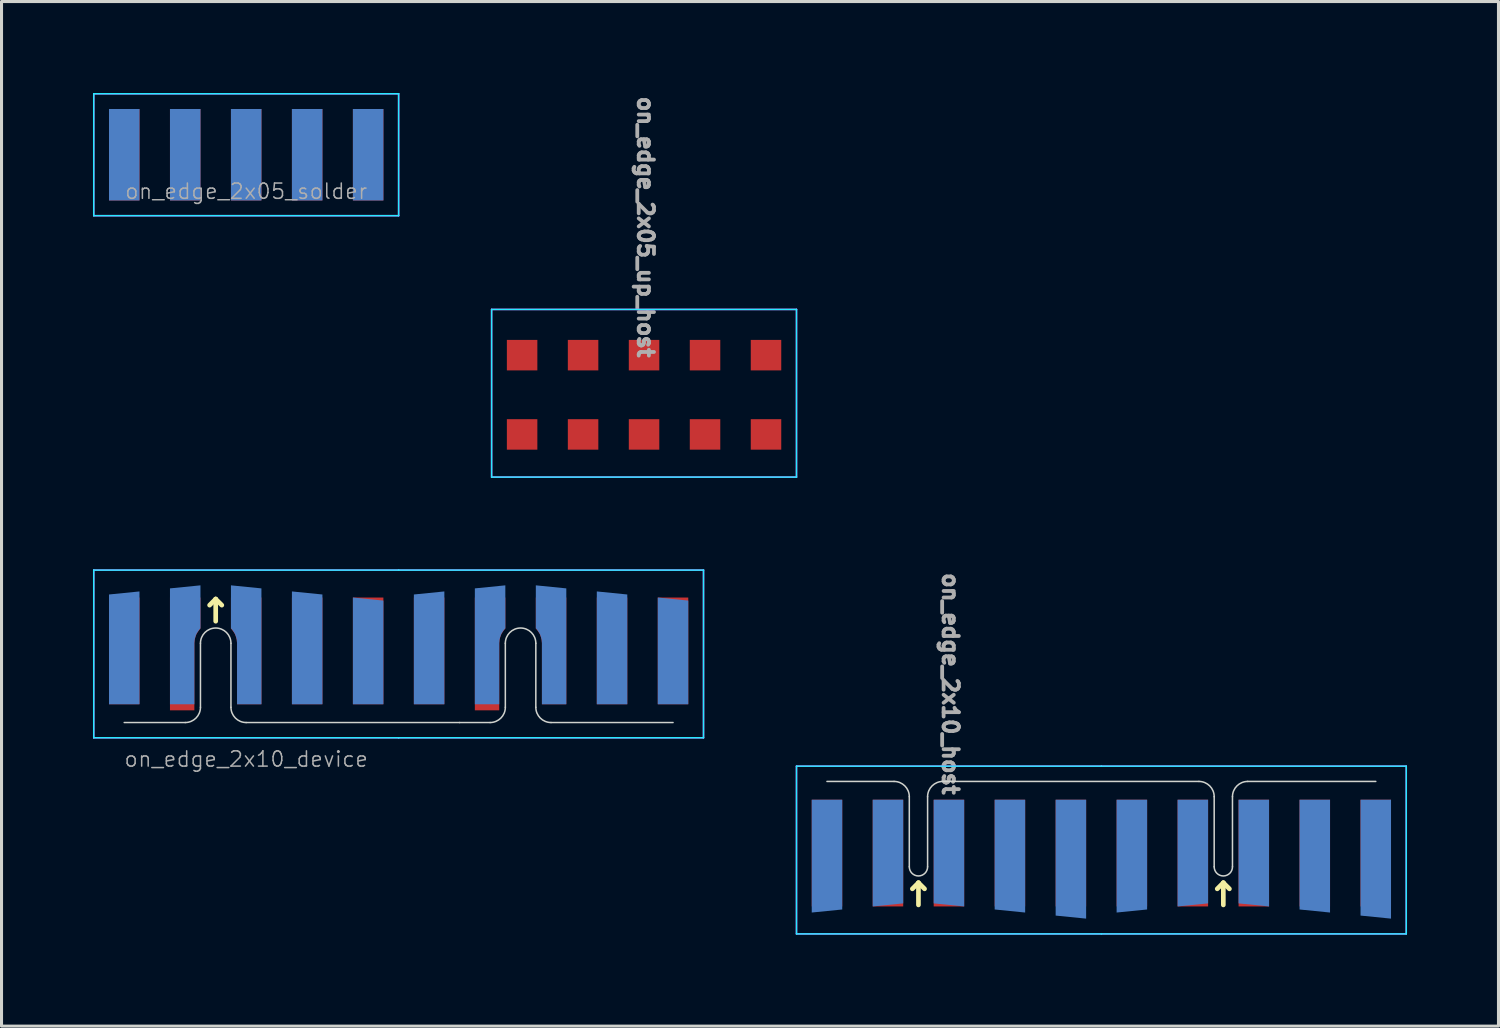
<source format=kicad_pcb>
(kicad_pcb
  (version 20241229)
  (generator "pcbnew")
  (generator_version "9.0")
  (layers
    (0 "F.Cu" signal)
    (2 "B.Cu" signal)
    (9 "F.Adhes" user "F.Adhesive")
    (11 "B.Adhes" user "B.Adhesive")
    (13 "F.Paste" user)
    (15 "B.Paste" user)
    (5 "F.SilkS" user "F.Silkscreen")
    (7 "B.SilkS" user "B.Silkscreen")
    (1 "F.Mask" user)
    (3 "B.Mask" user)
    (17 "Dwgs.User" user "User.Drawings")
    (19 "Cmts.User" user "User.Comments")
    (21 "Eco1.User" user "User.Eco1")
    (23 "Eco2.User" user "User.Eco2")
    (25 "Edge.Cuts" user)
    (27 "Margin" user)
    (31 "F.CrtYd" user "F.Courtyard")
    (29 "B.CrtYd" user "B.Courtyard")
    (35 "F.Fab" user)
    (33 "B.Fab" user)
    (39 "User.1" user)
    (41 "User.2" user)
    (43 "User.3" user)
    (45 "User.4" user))
  (footprint "on_edge_2x10_device"
    (layer "F.Cu")
    (at 5.025 20.649)
    (property "Reference" "on_edge_2x10_device" (at 0 1.2 0) (unlocked yes) (layer "F.Fab") (effects (font (size 0.5 0.5) (thickness 0.05))))
    (attr exclude_from_pos_files exclude_from_bom)
    (fp_line (start -1.2 -3.85) (end -1 -4.05) (stroke (width 0.153) (type solid)) (layer "F.SilkS"))
    (fp_line (start -1 -4.05) (end -1 -3.323) (stroke (width 0.153) (type solid)) (layer "F.SilkS"))
    (fp_line (start -1 -4.05) (end -0.8 -3.85) (stroke (width 0.153) (type solid)) (layer "F.SilkS"))
    (fp_line (start -4 0) (end -2 0) (stroke (width 0.05) (type solid)) (layer "Edge.Cuts"))
    (fp_line (start -1.5 -2.6) (end -1.5 -0.5) (stroke (width 0.05) (type solid)) (layer "Edge.Cuts"))
    (fp_line (start -0.5 -0.5) (end -0.5 -2.6) (stroke (width 0.05) (type solid)) (layer "Edge.Cuts"))
    (fp_line (start 0 0) (end 7 0) (stroke (width 0.05) (type solid)) (layer "Edge.Cuts"))
    (fp_line (start 7 0) (end 8 0) (stroke (width 0.05) (type solid)) (layer "Edge.Cuts"))
    (fp_line (start 8.5 -2.6) (end 8.5 -0.5) (stroke (width 0.05) (type solid)) (layer "Edge.Cuts"))
    (fp_line (start 9.5 -0.5) (end 9.5 -2.6) (stroke (width 0.05) (type solid)) (layer "Edge.Cuts"))
    (fp_line (start 10 0) (end 14 0) (stroke (width 0.05) (type solid)) (layer "Edge.Cuts"))
    (fp_arc (start -1.5 -2.6) (mid -1 -3.1) (end -0.5 -2.6) (stroke (width 0.05) (type solid)) (layer "Edge.Cuts"))
    (fp_arc (start -1.5 -0.5) (mid -1.646447 -0.146447) (end -2 0) (stroke (width 0.05) (type solid)) (layer "Edge.Cuts"))
    (fp_arc (start 0 0) (mid -0.353553 -0.146447) (end -0.5 -0.5) (stroke (width 0.05) (type solid)) (layer "Edge.Cuts"))
    (fp_arc (start 8.5 -2.6) (mid 9 -3.1) (end 9.5 -2.6) (stroke (width 0.05) (type solid)) (layer "Edge.Cuts"))
    (fp_arc (start 8.5 -0.5) (mid 8.353553 -0.146447) (end 8 0) (stroke (width 0.05) (type solid)) (layer "Edge.Cuts"))
    (fp_arc (start 10 0) (mid 9.646447 -0.146447) (end 9.5 -0.5) (stroke (width 0.05) (type solid)) (layer "Edge.Cuts"))
    (fp_line (start -5 -5) (end -5 0.5) (stroke (width 0.05) (type solid)) (layer "B.CrtYd"))
    (fp_line (start -5 0.5) (end 5 0.5) (stroke (width 0.05) (type solid)) (layer "B.CrtYd"))
    (fp_line (start 5 -5) (end -5 -5) (stroke (width 0.05) (type solid)) (layer "B.CrtYd"))
    (fp_line (start 5 0.5) (end 15 0.5) (stroke (width 0.05) (type solid)) (layer "B.CrtYd"))
    (fp_line (start 15 -5) (end 5 -5) (stroke (width 0.05) (type solid)) (layer "B.CrtYd"))
    (fp_line (start 15 0.5) (end 15 -5) (stroke (width 0.05) (type solid)) (layer "B.CrtYd"))
    (fp_line (start -5 -5) (end 5 -5) (stroke (width 0.05) (type solid)) (layer "F.CrtYd"))
    (fp_line (start -5 0.5) (end -5 -5) (stroke (width 0.05) (type solid)) (layer "F.CrtYd"))
    (fp_line (start 5 -5) (end 15 -5) (stroke (width 0.05) (type solid)) (layer "F.CrtYd"))
    (fp_line (start 5 0.5) (end -5 0.5) (stroke (width 0.05) (type solid)) (layer "F.CrtYd"))
    (fp_line (start 15 -5) (end 15 0.5) (stroke (width 0.05) (type solid)) (layer "F.CrtYd"))
    (fp_line (start 15 0.5) (end 5 0.5) (stroke (width 0.05) (type solid)) (layer "F.CrtYd"))
    (pad "1" smd rect (at -4 -2.35 180) (size 1 3.5) (layers "F.Cu" "F.Mask"))
    (pad "2" smd custom (at -2 -3.6) (size 1 1) (layers "F.Cu" "F.Mask") (options (anchor rect)) (primitives (gr_poly (pts (xy 0.3 1) (xy 0.31 0.89) (xy 0.33 0.81) (xy 0.35 0.75) (xy 0.37 0.7) (xy 0.4 0.65) (xy 0.44 0.59) (xy 0.48 0.54) (xy 0.5 0.52) (xy 0.5 -0.5) (xy -0.5 -0.5) (xy -0.5 3.2) (xy 0.3 3.2)) (width 0) (fill yes))))
    (pad "3" smd custom (at 0 -3.6) (size 1 1) (layers "F.Cu" "F.Mask") (options (anchor rect)) (primitives (gr_poly (pts (xy -0.3 1) (xy -0.31 0.89) (xy -0.33 0.81) (xy -0.35 0.75) (xy -0.37 0.7) (xy -0.4 0.65) (xy -0.44 0.59) (xy -0.48 0.54) (xy -0.5 0.52) (xy -0.5 -0.5) (xy 0.5 -0.5) (xy 0.5 3) (xy -0.3 3)) (width 0) (fill yes))))
    (pad "4" smd rect (at 2 -2.35 180) (size 1 3.5) (layers "F.Cu" "F.Mask"))
    (pad "5" smd rect (at 4 -2.35 180) (size 1 3.5) (layers "F.Cu" "F.Mask"))
    (pad "6" smd rect (at 6 -2.35 180) (size 1 3.5) (layers "F.Cu" "F.Mask"))
    (pad "7" smd custom (at 8 -3.6) (size 1 1) (layers "F.Cu" "F.Mask") (options (anchor rect)) (primitives (gr_poly (pts (xy 0.3 1) (xy 0.31 0.89) (xy 0.33 0.81) (xy 0.35 0.75) (xy 0.37 0.7) (xy 0.4 0.65) (xy 0.44 0.59) (xy 0.48 0.54) (xy 0.5 0.52) (xy 0.5 -0.5) (xy -0.5 -0.5) (xy -0.5 3.2) (xy 0.3 3.2)) (width 0) (fill yes))))
    (pad "8" smd custom (at 10 -3.6) (size 1 1) (layers "F.Cu" "F.Mask") (options (anchor rect)) (primitives (gr_poly (pts (xy -0.3 1) (xy -0.31 0.89) (xy -0.33 0.81) (xy -0.35 0.75) (xy -0.37 0.7) (xy -0.4 0.65) (xy -0.44 0.59) (xy -0.48 0.54) (xy -0.5 0.52) (xy -0.5 -0.5) (xy 0.5 -0.5) (xy 0.5 3) (xy -0.3 3)) (width 0) (fill yes))))
    (pad "9" smd rect (at 12 -2.35 180) (size 1 3.5) (layers "F.Cu" "F.Mask"))
    (pad "10" smd rect (at 14 -2.35 180) (size 1 3.5) (layers "F.Cu" "F.Mask"))
    (pad "11" smd custom (at -4 -2.4) (size 1 3.6) (layers "B.Cu" "B.Mask") (options (anchor rect)) (primitives (gr_poly (pts (xy 0.5 -1.8) (xy 0.5 -1.9) (xy -0.5 -1.8)) (width 0) (fill yes))))
    (pad "12" smd custom (at -2 -2.1) (size 0.4 0.4) (layers "B.Cu" "B.Mask") (options (anchor rect)) (primitives (gr_poly (pts (xy 0.3 -0.51) (xy 0.31 -0.62) (xy 0.33 -0.7) (xy 0.35 -0.76) (xy 0.37 -0.81) (xy 0.4 -0.86) (xy 0.44 -0.92) (xy 0.48 -0.97) (xy 0.5 -0.99) (xy 0.5 -2.4) (xy -0.5 -2.3) (xy -0.5 1.5) (xy 0.3 1.5)) (width 0) (fill yes))))
    (pad "13" smd custom (at 0 -2.1) (size 0.4 0.4) (layers "B.Cu" "B.Mask") (options (anchor rect)) (primitives (gr_poly (pts (xy -0.3 -0.51) (xy -0.31 -0.62) (xy -0.33 -0.7) (xy -0.35 -0.76) (xy -0.37 -0.81) (xy -0.4 -0.86) (xy -0.44 -0.92) (xy -0.48 -0.97) (xy -0.5 -0.99) (xy -0.5 -2.4) (xy 0.5 -2.3) (xy 0.5 1.5) (xy -0.3 1.5)) (width 0) (fill yes))))
    (pad "14" smd custom (at 2 -2.4) (size 1 3.6) (layers "B.Cu" "B.Mask") (options (anchor rect)) (primitives (gr_poly (pts (xy -0.5 -1.8) (xy -0.5 -1.9) (xy 0.5 -1.8)) (width 0) (fill yes))))
    (pad "15" smd custom (at 4 -2.3) (size 1 3.4) (layers "B.Cu" "B.Mask") (options (anchor rect)) (primitives (gr_poly (pts (xy -0.5 -1.7) (xy -0.5 -1.8) (xy 0.5 -1.7)) (width 0) (fill yes))))
    (pad "16" smd custom (at 6 -2.4) (size 1 3.6) (layers "B.Cu" "B.Mask") (options (anchor rect)) (primitives (gr_poly (pts (xy 0.5 -1.8) (xy 0.5 -1.9) (xy -0.5 -1.8)) (width 0) (fill yes))))
    (pad "17" smd custom (at 8 -2.1) (size 0.4 0.4) (layers "B.Cu" "B.Mask") (options (anchor rect)) (primitives (gr_poly (pts (xy 0.3 -0.51) (xy 0.31 -0.62) (xy 0.33 -0.7) (xy 0.35 -0.76) (xy 0.37 -0.81) (xy 0.4 -0.86) (xy 0.44 -0.92) (xy 0.48 -0.97) (xy 0.5 -0.99) (xy 0.5 -2.4) (xy -0.5 -2.3) (xy -0.5 1.5) (xy 0.3 1.5)) (width 0) (fill yes))))
    (pad "18" smd custom (at 10 -2.1) (size 0.4 0.4) (layers "B.Cu" "B.Mask") (options (anchor rect)) (primitives (gr_poly (pts (xy -0.3 -0.51) (xy -0.31 -0.62) (xy -0.33 -0.7) (xy -0.35 -0.76) (xy -0.37 -0.81) (xy -0.4 -0.86) (xy -0.44 -0.92) (xy -0.48 -0.97) (xy -0.5 -0.99) (xy -0.5 -2.4) (xy 0.5 -2.3) (xy 0.5 1.5) (xy -0.3 1.5)) (width 0) (fill yes))))
    (pad "19" smd custom (at 12 -2.4) (size 1 3.6) (layers "B.Cu" "B.Mask") (options (anchor rect)) (primitives (gr_poly (pts (xy -0.5 -1.8) (xy -0.5 -1.9) (xy 0.5 -1.8)) (width 0) (fill yes))))
    (pad "20" smd custom (at 14 -2.3) (size 1 3.4) (layers "B.Cu" "B.Mask") (options (anchor rect)) (primitives (gr_poly (pts (xy -0.5 -1.7) (xy -0.5 -1.8) (xy 0.5 -1.7)) (width 0) (fill yes)))))
  (footprint "on_edge_2x05_up_host"
    (layer "F.Cu")
    (at 18.075 7.599)
    (property "Reference" "on_edge_2x05_up_host" (at 0.05 -3.2 270) (unlocked yes) (layer "F.Fab") (effects (font (size 0.5 0.5) (thickness 0.125))))
    (attr exclude_from_pos_files exclude_from_bom)
    (fp_line (start -5 -0.5) (end 5 -0.5) (stroke (width 0.05) (type solid)) (layer "B.CrtYd"))
    (fp_line (start -5 5) (end -5 -0.5) (stroke (width 0.05) (type solid)) (layer "B.CrtYd"))
    (fp_line (start 5 -0.5) (end 5 5) (stroke (width 0.05) (type solid)) (layer "B.CrtYd"))
    (fp_line (start 5 5) (end -5 5) (stroke (width 0.05) (type solid)) (layer "B.CrtYd"))
    (fp_line (start -5 -0.5) (end -5 5) (stroke (width 0.05) (type solid)) (layer "F.CrtYd"))
    (fp_line (start -5 5) (end 5 5) (stroke (width 0.05) (type solid)) (layer "F.CrtYd"))
    (fp_line (start 5 -0.5) (end -5 -0.5) (stroke (width 0.05) (type solid)) (layer "F.CrtYd"))
    (fp_line (start 5 5) (end 5 -0.5) (stroke (width 0.05) (type solid)) (layer "F.CrtYd"))
    (pad "1" smd rect (at -4 3.6) (size 1 1) (layers "F.Cu" "F.Mask"))
    (pad "2" smd rect (at -2 3.6) (size 1 1) (layers "F.Cu" "F.Mask"))
    (pad "3" smd rect (at 0 3.6) (size 1 1) (layers "F.Cu" "F.Mask"))
    (pad "4" smd rect (at 2 3.6) (size 1 1) (layers "F.Cu" "F.Mask"))
    (pad "5" smd rect (at 4 3.6) (size 1 1) (layers "F.Cu" "F.Mask"))
    (pad "6" smd rect (at -4 1 180) (size 1 1) (layers "F.Cu" "F.Mask"))
    (pad "7" smd rect (at -2 1 180) (size 1 1) (layers "F.Cu" "F.Mask"))
    (pad "8" smd rect (at 0 1 180) (size 1 1) (layers "F.Cu" "F.Mask"))
    (pad "9" smd rect (at 2 1 180) (size 1 1) (layers "F.Cu" "F.Mask"))
    (pad "10" smd rect (at 4 1 180) (size 1 1) (layers "F.Cu" "F.Mask")))
  (footprint "on_edge_2x05_solder"
    (layer "F.Cu")
    (at 5.025 2.025)
    (property "Reference" "on_edge_2x05_solder" (at 0 1.2 0) (unlocked yes) (layer "F.Fab") (effects (font (size 0.5 0.5) (thickness 0.05))))
    (attr exclude_from_pos_files exclude_from_bom)
    (fp_line (start -5 -2) (end -5 2) (stroke (width 0.05) (type solid)) (layer "B.CrtYd"))
    (fp_line (start -5 2) (end 5 2) (stroke (width 0.05) (type solid)) (layer "B.CrtYd"))
    (fp_line (start 5 -2) (end -5 -2) (stroke (width 0.05) (type solid)) (layer "B.CrtYd"))
    (fp_line (start 5 2) (end 5 -2) (stroke (width 0.05) (type solid)) (layer "B.CrtYd"))
    (fp_line (start -5 -2) (end 5 -2) (stroke (width 0.05) (type solid)) (layer "F.CrtYd"))
    (fp_line (start -5 2) (end -5 -2) (stroke (width 0.05) (type solid)) (layer "F.CrtYd"))
    (fp_line (start 5 -2) (end 5 2) (stroke (width 0.05) (type solid)) (layer "F.CrtYd"))
    (fp_line (start 5 2) (end -5 2) (stroke (width 0.05) (type solid)) (layer "F.CrtYd"))
    (pad "1" smd rect (at -4 0 180) (size 1 3) (layers "F.Cu" "F.Mask"))
    (pad "2" smd rect (at -2 0) (size 1 3) (layers "F.Cu" "F.Mask"))
    (pad "3" smd rect (at 0 0) (size 1 3) (layers "F.Cu" "F.Mask"))
    (pad "4" smd rect (at 2 0 180) (size 1 3) (layers "F.Cu" "F.Mask"))
    (pad "5" smd rect (at 4 0 180) (size 1 3) (layers "F.Cu" "F.Mask"))
    (pad "6" smd rect (at -4 0) (size 1 3) (layers "B.Cu" "B.Mask"))
    (pad "7" smd rect (at -2 0) (size 1 3) (layers "B.Cu" "B.Mask"))
    (pad "8" smd rect (at 0 0) (size 1 3) (layers "B.Cu" "B.Mask"))
    (pad "9" smd rect (at 2 0) (size 1 3) (layers "B.Cu" "B.Mask"))
    (pad "10" smd rect (at 4 0) (size 1 3) (layers "B.Cu" "B.Mask")))
  (footprint "on_edge_2x10_host"
    (layer "F.Cu")
    (at 28.075 22.581)
    (property "Reference" "on_edge_2x10_host" (at 0.05 -3.2 270) (unlocked yes) (layer "F.Fab") (effects (font (size 0.5 0.5) (thickness 0.125))))
    (attr exclude_from_pos_files exclude_from_bom)
    (fp_line (start -1 3.323) (end -1.2 3.523) (stroke (width 0.153) (type solid)) (layer "F.SilkS"))
    (fp_line (start -1 4.05) (end -1 3.323) (stroke (width 0.153) (type solid)) (layer "F.SilkS"))
    (fp_line (start -0.8 3.523) (end -1 3.323) (stroke (width 0.153) (type solid)) (layer "F.SilkS"))
    (fp_line (start 9 3.323) (end 8.8 3.523) (stroke (width 0.153) (type solid)) (layer "F.SilkS"))
    (fp_line (start 9 4.05) (end 9 3.323) (stroke (width 0.153) (type solid)) (layer "F.SilkS"))
    (fp_line (start 9.2 3.523) (end 9 3.323) (stroke (width 0.153) (type solid)) (layer "F.SilkS"))
    (fp_line (start -4 0) (end -1.8 0) (stroke (width 0.05) (type solid)) (layer "Edge.Cuts"))
    (fp_line (start -1.3 2.8) (end -1.3 0.5) (stroke (width 0.05) (type solid)) (layer "Edge.Cuts"))
    (fp_line (start -0.7 0.5) (end -0.7 2.8) (stroke (width 0.05) (type solid)) (layer "Edge.Cuts"))
    (fp_line (start -0.2 0) (end 8.2 0) (stroke (width 0.05) (type solid)) (layer "Edge.Cuts"))
    (fp_line (start 8.7 2.8) (end 8.7 0.5) (stroke (width 0.05) (type solid)) (layer "Edge.Cuts"))
    (fp_line (start 9.3 0.5) (end 9.3 2.8) (stroke (width 0.05) (type solid)) (layer "Edge.Cuts"))
    (fp_line (start 9.8 0) (end 14 0) (stroke (width 0.05) (type solid)) (layer "Edge.Cuts"))
    (fp_arc (start -1.8 0) (mid -1.446447 0.146447) (end -1.3 0.5) (stroke (width 0.05) (type solid)) (layer "Edge.Cuts"))
    (fp_arc (start -0.7 0.5) (mid -0.553553 0.146447) (end -0.2 0) (stroke (width 0.05) (type solid)) (layer "Edge.Cuts"))
    (fp_arc (start -0.7 2.8) (mid -1 3.1) (end -1.3 2.8) (stroke (width 0.05) (type solid)) (layer "Edge.Cuts"))
    (fp_arc (start 8.2 0) (mid 8.553553 0.146447) (end 8.7 0.5) (stroke (width 0.05) (type solid)) (layer "Edge.Cuts"))
    (fp_arc (start 9.3 0.5) (mid 9.446447 0.146447) (end 9.8 0) (stroke (width 0.05) (type solid)) (layer "Edge.Cuts"))
    (fp_arc (start 9.3 2.8) (mid 9 3.1) (end 8.7 2.8) (stroke (width 0.05) (type solid)) (layer "Edge.Cuts"))
    (fp_line (start -5 -0.5) (end 5 -0.5) (stroke (width 0.05) (type solid)) (layer "B.CrtYd"))
    (fp_line (start -5 5) (end -5 -0.5) (stroke (width 0.05) (type solid)) (layer "B.CrtYd"))
    (fp_line (start 5 -0.5) (end 15 -0.5) (stroke (width 0.05) (type solid)) (layer "B.CrtYd"))
    (fp_line (start 5 5) (end -5 5) (stroke (width 0.05) (type solid)) (layer "B.CrtYd"))
    (fp_line (start 15 -0.5) (end 15 5) (stroke (width 0.05) (type solid)) (layer "B.CrtYd"))
    (fp_line (start 15 5) (end 5 5) (stroke (width 0.05) (type solid)) (layer "B.CrtYd"))
    (fp_line (start -5 -0.5) (end -5 5) (stroke (width 0.05) (type solid)) (layer "F.CrtYd"))
    (fp_line (start -5 5) (end 5 5) (stroke (width 0.05) (type solid)) (layer "F.CrtYd"))
    (fp_line (start 5 -0.5) (end -5 -0.5) (stroke (width 0.05) (type solid)) (layer "F.CrtYd"))
    (fp_line (start 5 5) (end 15 5) (stroke (width 0.05) (type solid)) (layer "F.CrtYd"))
    (fp_line (start 15 -0.5) (end 5 -0.5) (stroke (width 0.05) (type solid)) (layer "F.CrtYd"))
    (fp_line (start 15 5) (end 15 -0.5) (stroke (width 0.05) (type solid)) (layer "F.CrtYd"))
    (pad "1" smd rect (at -4 2.35) (size 1 3.5) (layers "F.Cu" "F.Mask"))
    (pad "2" smd rect (at -2 2.35) (size 1 3.5) (layers "F.Cu" "F.Mask"))
    (pad "3" smd rect (at 0 2.35) (size 1 3.5) (layers "F.Cu" "F.Mask"))
    (pad "4" smd rect (at 2 2.35) (size 1 3.5) (layers "F.Cu" "F.Mask"))
    (pad "5" smd rect (at 4 2.35) (size 1 3.5) (layers "F.Cu" "F.Mask"))
    (pad "6" smd rect (at 6 2.35) (size 1 3.5) (layers "F.Cu" "F.Mask"))
    (pad "7" smd rect (at 8 2.35) (size 1 3.5) (layers "F.Cu" "F.Mask"))
    (pad "8" smd rect (at 10 2.35) (size 1 3.5) (layers "F.Cu" "F.Mask"))
    (pad "9" smd rect (at 12 2.35) (size 1 3.5) (layers "F.Cu" "F.Mask"))
    (pad "10" smd rect (at 14 2.35) (size 1 3.5) (layers "F.Cu" "F.Mask"))
    (pad "11" smd custom (at -4 2.4 180) (size 1 3.6) (layers "B.Cu" "B.Mask") (options (anchor rect)) (primitives (gr_poly (pts (xy 0.5 -1.8) (xy 0.5 -1.9) (xy -0.5 -1.8)) (width 0) (fill yes))))
    (pad "12" smd custom (at -2 2.1 180) (size 1 3) (layers "B.Cu" "B.Mask") (options (anchor rect)) (primitives (gr_poly (pts (xy -0.3 -0.51) (xy -0.31 -0.62) (xy -0.33 -0.7) (xy -0.35 -0.76) (xy -0.37 -0.81) (xy -0.4 -0.86) (xy -0.44 -0.92) (xy -0.48 -0.97) (xy -0.5 -0.99) (xy -0.5 -1.9) (xy 0.5 -2) (xy 0.5 1.5) (xy -0.3 1.5)) (width 0) (fill yes))))
    (pad "13" smd custom (at 0 2.1 180) (size 1 3) (layers "B.Cu" "B.Mask") (options (anchor rect)) (primitives (gr_poly (pts (xy 0.3 -0.51) (xy 0.31 -0.62) (xy 0.33 -0.7) (xy 0.35 -0.76) (xy 0.37 -0.81) (xy 0.4 -0.86) (xy 0.44 -0.92) (xy 0.48 -0.97) (xy 0.5 -0.99) (xy 0.5 -1.9) (xy -0.5 -2) (xy -0.5 1.5) (xy 0.3 1.5)) (width 0) (fill yes))))
    (pad "14" smd custom (at 2 2.4 180) (size 1 3.6) (layers "B.Cu" "B.Mask") (options (anchor rect)) (primitives (gr_poly (pts (xy 0.5 -1.8) (xy -0.5 -1.9) (xy -0.5 -1.8)) (width 0) (fill yes))))
    (pad "15" smd custom (at 4 2.5 180) (size 1 3.8) (layers "B.Cu" "B.Mask") (options (anchor rect)) (primitives (gr_poly (pts (xy 0.5 -1.9) (xy -0.5 -2) (xy -0.5 -1.9)) (width 0) (fill yes))))
    (pad "16" smd custom (at 6 2.4 180) (size 1 3.6) (layers "B.Cu" "B.Mask") (options (anchor rect)) (primitives (gr_poly (pts (xy 0.5 -1.8) (xy 0.5 -1.9) (xy -0.5 -1.8)) (width 0) (fill yes))))
    (pad "17" smd custom (at 8 2.1 180) (size 1 3) (layers "B.Cu" "B.Mask") (options (anchor rect)) (primitives (gr_poly (pts (xy -0.3 -0.51) (xy -0.31 -0.62) (xy -0.33 -0.7) (xy -0.35 -0.76) (xy -0.37 -0.81) (xy -0.4 -0.86) (xy -0.44 -0.92) (xy -0.48 -0.97) (xy -0.5 -0.99) (xy -0.5 -1.9) (xy 0.5 -2) (xy 0.5 1.5) (xy -0.3 1.5)) (width 0) (fill yes))))
    (pad "18" smd custom (at 10 2.1 180) (size 1 3) (layers "B.Cu" "B.Mask") (options (anchor rect)) (primitives (gr_poly (pts (xy 0.3 -0.51) (xy 0.31 -0.62) (xy 0.33 -0.7) (xy 0.35 -0.76) (xy 0.37 -0.81) (xy 0.4 -0.86) (xy 0.44 -0.92) (xy 0.48 -0.97) (xy 0.5 -0.99) (xy 0.5 -1.9) (xy -0.5 -2) (xy -0.5 1.5) (xy 0.3 1.5)) (width 0) (fill yes))))
    (pad "19" smd custom (at 12 2.4 180) (size 1 3.6) (layers "B.Cu" "B.Mask") (options (anchor rect)) (primitives (gr_poly (pts (xy 0.5 -1.8) (xy -0.5 -1.9) (xy -0.5 -1.8)) (width 0) (fill yes))))
    (pad "20" smd custom (at 14 2.5 180) (size 1 3.8) (layers "B.Cu" "B.Mask") (options (anchor rect)) (primitives (gr_poly (pts (xy 0.5 -1.9) (xy -0.5 -2) (xy -0.5 -1.9)) (width 0) (fill yes))))
    (zone (net_name "") (layers "F.Cu" "B.Cu") (hatch edge 0.508) (connect_pads) (min_thickness 0.254) (filled_areas_thickness no) (keepout (tracks allowed) (vias not_allowed) (pads allowed) (copperpour not_allowed) (footprints not_allowed)) (placement (enabled no)) (fill) (polygon (pts (xy 43.075 26.781) (xy 23.075 26.781) (xy 23.075 22.581) (xy 43.075 22.581)))))
  (gr_rect
    (start -3 -3)
    (end 46.1 30.606)
    (stroke (width 0.1) (type default))
    (fill no)
    (layer "Edge.Cuts")))
</source>
